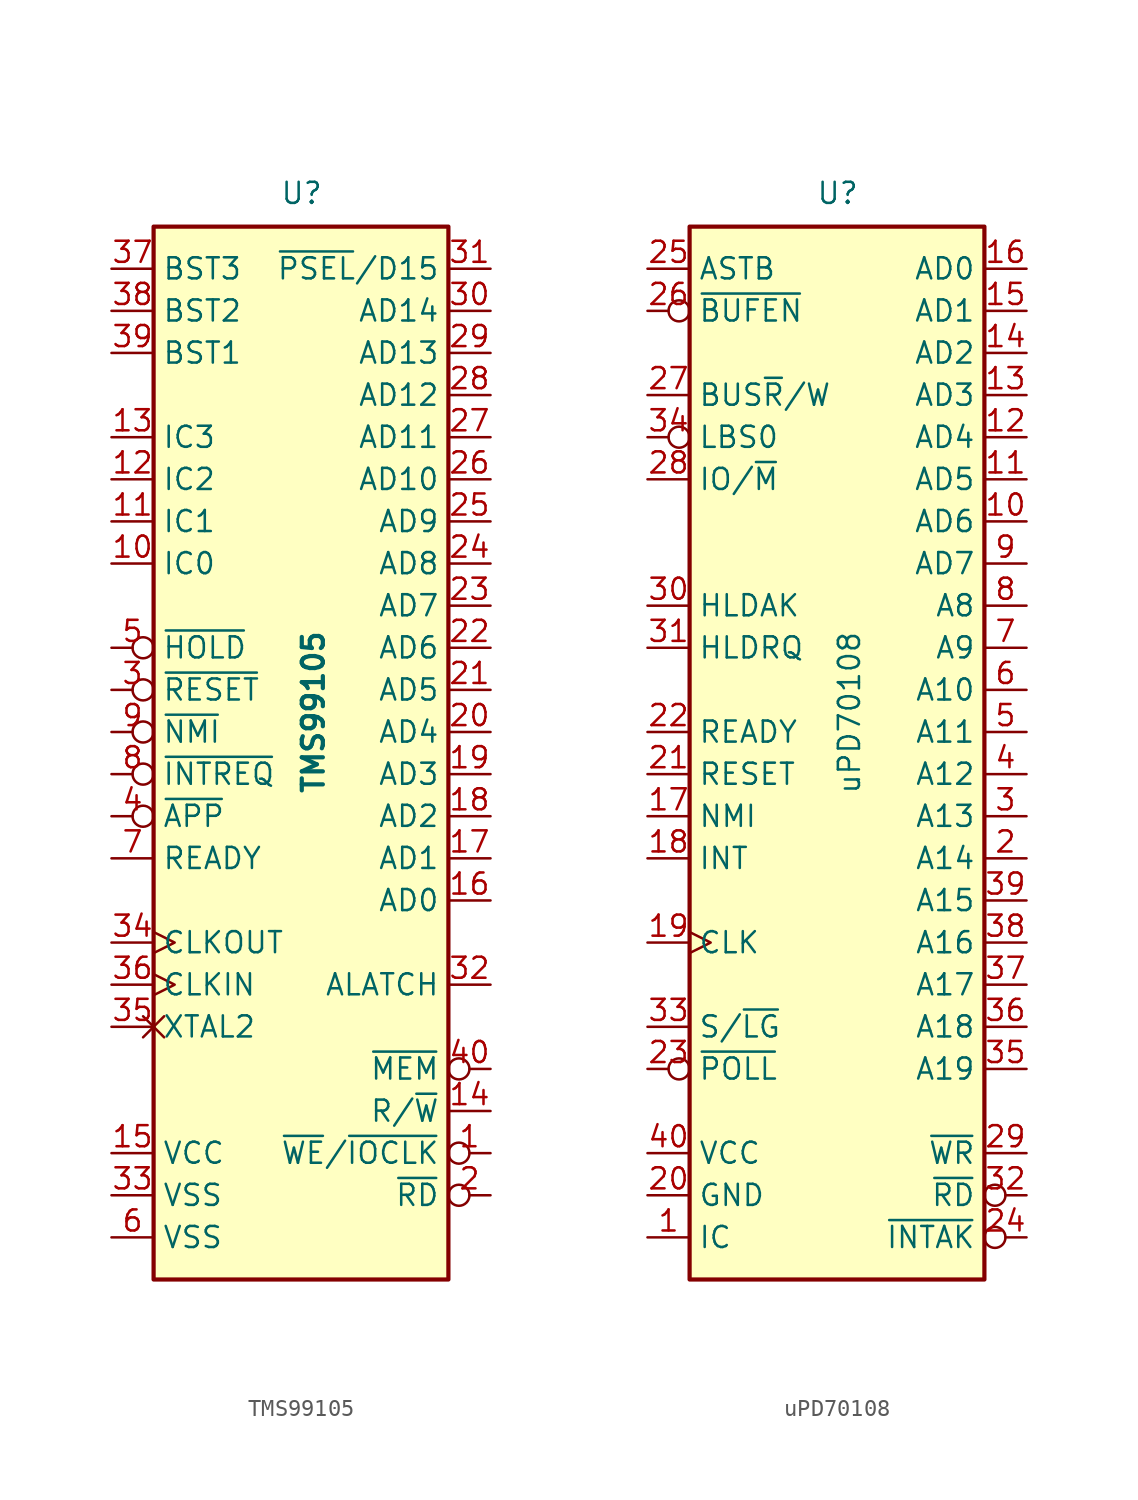
<source format=kicad_sym>
(kicad_symbol_lib
  (version 20231120)
  (generator "kicad_symbol_editor")
  (generator_version "8.0")
  (symbol "TMS99105"
    (property "Reference" "U"
      (at -1.27 31.75 0)
      (effects (font (size 1.27 1.27)) (justify left bottom)))
    (property "Value" "TMS99105"
      (at 0 -3.81 90)
      (effects (font (size 1.27 1.27) (bold yes)) (justify left top)))
    (symbol "TMS99105_0_1"
      (rectangle (start -8.89 -33.02) (end 8.89 30.48) (stroke (width 0.254) (type default)) (fill (type background))))
    (symbol "TMS99105_1_1"
      (pin output inverted (at 11.43 -25.4 180) (length 2.54) (name "~{WE}/~{IOCLK}" (effects (font (size 1.27 1.27)))) (number "1" (effects (font (size 1.27 1.27)))))
      (pin input line (at -11.43 10.16 0) (length 2.54) (name "IC0" (effects (font (size 1.27 1.27)))) (number "10" (effects (font (size 1.27 1.27)))))
      (pin input line (at -11.43 12.7 0) (length 2.54) (name "IC1" (effects (font (size 1.27 1.27)))) (number "11" (effects (font (size 1.27 1.27)))))
      (pin input line (at -11.43 15.24 0) (length 2.54) (name "IC2" (effects (font (size 1.27 1.27)))) (number "12" (effects (font (size 1.27 1.27)))))
      (pin input line (at -11.43 17.78 0) (length 2.54) (name "IC3" (effects (font (size 1.27 1.27)))) (number "13" (effects (font (size 1.27 1.27)))))
      (pin output line (at 11.43 -22.86 180) (length 2.54) (name "R/~{W}" (effects (font (size 1.27 1.27)))) (number "14" (effects (font (size 1.27 1.27)))))
      (pin power_in line (at -11.43 -25.4 0) (length 2.54) (name "VCC" (effects (font (size 1.27 1.27)))) (number "15" (effects (font (size 1.27 1.27)))))
      (pin bidirectional line (at 11.43 -10.16 180) (length 2.54) (name "AD0" (effects (font (size 1.27 1.27)))) (number "16" (effects (font (size 1.27 1.27)))))
      (pin bidirectional line (at 11.43 -7.62 180) (length 2.54) (name "AD1" (effects (font (size 1.27 1.27)))) (number "17" (effects (font (size 1.27 1.27)))))
      (pin bidirectional line (at 11.43 -5.08 180) (length 2.54) (name "AD2" (effects (font (size 1.27 1.27)))) (number "18" (effects (font (size 1.27 1.27)))))
      (pin bidirectional line (at 11.43 -2.54 180) (length 2.54) (name "AD3" (effects (font (size 1.27 1.27)))) (number "19" (effects (font (size 1.27 1.27)))))
      (pin output inverted (at 11.43 -27.94 180) (length 2.54) (name "~{RD}" (effects (font (size 1.27 1.27)))) (number "2" (effects (font (size 1.27 1.27)))))
      (pin bidirectional line (at 11.43 0 180) (length 2.54) (name "AD4" (effects (font (size 1.27 1.27)))) (number "20" (effects (font (size 1.27 1.27)))))
      (pin bidirectional line (at 11.43 2.54 180) (length 2.54) (name "AD5" (effects (font (size 1.27 1.27)))) (number "21" (effects (font (size 1.27 1.27)))))
      (pin bidirectional line (at 11.43 5.08 180) (length 2.54) (name "AD6" (effects (font (size 1.27 1.27)))) (number "22" (effects (font (size 1.27 1.27)))))
      (pin bidirectional line (at 11.43 7.62 180) (length 2.54) (name "AD7" (effects (font (size 1.27 1.27)))) (number "23" (effects (font (size 1.27 1.27)))))
      (pin bidirectional line (at 11.43 10.16 180) (length 2.54) (name "AD8" (effects (font (size 1.27 1.27)))) (number "24" (effects (font (size 1.27 1.27)))))
      (pin bidirectional line (at 11.43 12.7 180) (length 2.54) (name "AD9" (effects (font (size 1.27 1.27)))) (number "25" (effects (font (size 1.27 1.27)))))
      (pin bidirectional line (at 11.43 15.24 180) (length 2.54) (name "AD10" (effects (font (size 1.27 1.27)))) (number "26" (effects (font (size 1.27 1.27)))))
      (pin bidirectional line (at 11.43 17.78 180) (length 2.54) (name "AD11" (effects (font (size 1.27 1.27)))) (number "27" (effects (font (size 1.27 1.27)))))
      (pin bidirectional line (at 11.43 20.32 180) (length 2.54) (name "AD12" (effects (font (size 1.27 1.27)))) (number "28" (effects (font (size 1.27 1.27)))))
      (pin bidirectional line (at 11.43 22.86 180) (length 2.54) (name "AD13" (effects (font (size 1.27 1.27)))) (number "29" (effects (font (size 1.27 1.27)))))
      (pin input inverted (at -11.43 2.54 0) (length 2.54) (name "~{RESET}" (effects (font (size 1.27 1.27)))) (number "3" (effects (font (size 1.27 1.27)))))
      (pin bidirectional line (at 11.43 25.4 180) (length 2.54) (name "AD14" (effects (font (size 1.27 1.27)))) (number "30" (effects (font (size 1.27 1.27)))))
      (pin bidirectional line (at 11.43 27.94 180) (length 2.54) (name "~{PSEL}/D15" (effects (font (size 1.27 1.27)))) (number "31" (effects (font (size 1.27 1.27)))))
      (pin output line (at 11.43 -15.24 180) (length 2.54) (name "ALATCH" (effects (font (size 1.27 1.27)))) (number "32" (effects (font (size 1.27 1.27)))))
      (pin power_in line (at -11.43 -27.94 0) (length 2.54) (name "VSS" (effects (font (size 1.27 1.27)))) (number "33" (effects (font (size 1.27 1.27)))))
      (pin output clock (at -11.43 -12.7 0) (length 2.54) (name "CLKOUT" (effects (font (size 1.27 1.27)))) (number "34" (effects (font (size 1.27 1.27)))))
      (pin passive non_logic (at -11.43 -17.78 0) (length 2.54) (name "XTAL2" (effects (font (size 1.27 1.27)))) (number "35" (effects (font (size 1.27 1.27)))))
      (pin input clock (at -11.43 -15.24 0) (length 2.54) (name "CLKIN" (effects (font (size 1.27 1.27)))) (number "36" (effects (font (size 1.27 1.27)))))
      (pin output line (at -11.43 27.94 0) (length 2.54) (name "BST3" (effects (font (size 1.27 1.27)))) (number "37" (effects (font (size 1.27 1.27)))))
      (pin output line (at -11.43 25.4 0) (length 2.54) (name "BST2" (effects (font (size 1.27 1.27)))) (number "38" (effects (font (size 1.27 1.27)))))
      (pin output line (at -11.43 22.86 0) (length 2.54) (name "BST1" (effects (font (size 1.27 1.27)))) (number "39" (effects (font (size 1.27 1.27)))))
      (pin input inverted (at -11.43 -5.08 0) (length 2.54) (name "~{APP}" (effects (font (size 1.27 1.27)))) (number "4" (effects (font (size 1.27 1.27)))))
      (pin output inverted (at 11.43 -20.32 180) (length 2.54) (name "~{MEM}" (effects (font (size 1.27 1.27)))) (number "40" (effects (font (size 1.27 1.27)))))
      (pin input inverted (at -11.43 5.08 0) (length 2.54) (name "~{HOLD}" (effects (font (size 1.27 1.27)))) (number "5" (effects (font (size 1.27 1.27)))))
      (pin power_in line (at -11.43 -30.48 0) (length 2.54) (name "VSS" (effects (font (size 1.27 1.27)))) (number "6" (effects (font (size 1.27 1.27)))))
      (pin input line (at -11.43 -7.62 0) (length 2.54) (name "READY" (effects (font (size 1.27 1.27)))) (number "7" (effects (font (size 1.27 1.27)))))
      (pin input inverted (at -11.43 -2.54 0) (length 2.54) (name "~{INTREQ}" (effects (font (size 1.27 1.27)))) (number "8" (effects (font (size 1.27 1.27)))))
      (pin input inverted (at -11.43 0 0) (length 2.54) (name "~{NMI}" (effects (font (size 1.27 1.27)))) (number "9" (effects (font (size 1.27 1.27)))))))
  (symbol "uPD70108"
    (property "Reference" "U"
      (at -1.27 31.75 0)
      (effects (font (size 1.27 1.27)) (justify left bottom)))
    (property "Value" "uPD70108"
      (at 0 -3.81 90)
      (effects (font (size 1.27 1.27)) (justify left top)))
    (symbol "uPD70108_0_1"
      (rectangle (start -8.89 -33.02) (end 8.89 30.48) (stroke (width 0.254) (type default)) (fill (type background))))
    (symbol "uPD70108_1_1"
      (pin input line (at -11.43 -30.48 0) (length 2.54) (name "IC" (effects (font (size 1.27 1.27)))) (number "1" (effects (font (size 1.27 1.27)))))
      (pin bidirectional line (at 11.43 12.7 180) (length 2.54) (name "AD6" (effects (font (size 1.27 1.27)))) (number "10" (effects (font (size 1.27 1.27)))))
      (pin bidirectional line (at 11.43 15.24 180) (length 2.54) (name "AD5" (effects (font (size 1.27 1.27)))) (number "11" (effects (font (size 1.27 1.27)))))
      (pin bidirectional line (at 11.43 17.78 180) (length 2.54) (name "AD4" (effects (font (size 1.27 1.27)))) (number "12" (effects (font (size 1.27 1.27)))))
      (pin bidirectional line (at 11.43 20.32 180) (length 2.54) (name "AD3" (effects (font (size 1.27 1.27)))) (number "13" (effects (font (size 1.27 1.27)))))
      (pin bidirectional line (at 11.43 22.86 180) (length 2.54) (name "AD2" (effects (font (size 1.27 1.27)))) (number "14" (effects (font (size 1.27 1.27)))))
      (pin bidirectional line (at 11.43 25.4 180) (length 2.54) (name "AD1" (effects (font (size 1.27 1.27)))) (number "15" (effects (font (size 1.27 1.27)))))
      (pin bidirectional line (at 11.43 27.94 180) (length 2.54) (name "AD0" (effects (font (size 1.27 1.27)))) (number "16" (effects (font (size 1.27 1.27)))))
      (pin input line (at -11.43 -5.08 0) (length 2.54) (name "NMI" (effects (font (size 1.27 1.27)))) (number "17" (effects (font (size 1.27 1.27)))))
      (pin input line (at -11.43 -7.62 0) (length 2.54) (name "INT" (effects (font (size 1.27 1.27)))) (number "18" (effects (font (size 1.27 1.27)))))
      (pin input clock (at -11.43 -12.7 0) (length 2.54) (name "CLK" (effects (font (size 1.27 1.27)))) (number "19" (effects (font (size 1.27 1.27)))))
      (pin output line (at 11.43 -7.62 180) (length 2.54) (name "A14" (effects (font (size 1.27 1.27)))) (number "2" (effects (font (size 1.27 1.27)))))
      (pin power_in line (at -11.43 -27.94 0) (length 2.54) (name "GND" (effects (font (size 1.27 1.27)))) (number "20" (effects (font (size 1.27 1.27)))))
      (pin input line (at -11.43 -2.54 0) (length 2.54) (name "RESET" (effects (font (size 1.27 1.27)))) (number "21" (effects (font (size 1.27 1.27)))))
      (pin input line (at -11.43 0 0) (length 2.54) (name "READY" (effects (font (size 1.27 1.27)))) (number "22" (effects (font (size 1.27 1.27)))))
      (pin input inverted (at -11.43 -20.32 0) (length 2.54) (name "~{POLL}" (effects (font (size 1.27 1.27)))) (number "23" (effects (font (size 1.27 1.27)))))
      (pin output inverted (at 11.43 -30.48 180) (length 2.54) (name "~{INTAK}" (effects (font (size 1.27 1.27)))) (number "24" (effects (font (size 1.27 1.27)))))
      (pin output line (at -11.43 27.94 0) (length 2.54) (name "ASTB" (effects (font (size 1.27 1.27)))) (number "25" (effects (font (size 1.27 1.27)))))
      (pin output inverted (at -11.43 25.4 0) (length 2.54) (name "~{BUFEN}" (effects (font (size 1.27 1.27)))) (number "26" (effects (font (size 1.27 1.27)))))
      (pin output line (at -11.43 20.32 0) (length 2.54) (name "BUS~{R}/W" (effects (font (size 1.27 1.27)))) (number "27" (effects (font (size 1.27 1.27)))))
      (pin output line (at -11.43 15.24 0) (length 2.54) (name "IO/~{M}" (effects (font (size 1.27 1.27)))) (number "28" (effects (font (size 1.27 1.27)))))
      (pin output line (at 11.43 -25.4 180) (length 2.54) (name "~{WR}" (effects (font (size 1.27 1.27)))) (number "29" (effects (font (size 1.27 1.27)))))
      (pin output line (at 11.43 -5.08 180) (length 2.54) (name "A13" (effects (font (size 1.27 1.27)))) (number "3" (effects (font (size 1.27 1.27)))))
      (pin output line (at -11.43 7.62 0) (length 2.54) (name "HLDAK" (effects (font (size 1.27 1.27)))) (number "30" (effects (font (size 1.27 1.27)))))
      (pin input line (at -11.43 5.08 0) (length 2.54) (name "HLDRQ" (effects (font (size 1.27 1.27)))) (number "31" (effects (font (size 1.27 1.27)))))
      (pin output inverted (at 11.43 -27.94 180) (length 2.54) (name "~{RD}" (effects (font (size 1.27 1.27)))) (number "32" (effects (font (size 1.27 1.27)))))
      (pin input line (at -11.43 -17.78 0) (length 2.54) (name "S/~{LG}" (effects (font (size 1.27 1.27)))) (number "33" (effects (font (size 1.27 1.27)))))
      (pin output inverted (at -11.43 17.78 0) (length 2.54) (name "LBS0" (effects (font (size 1.27 1.27)))) (number "34" (effects (font (size 1.27 1.27)))))
      (pin output line (at 11.43 -20.32 180) (length 2.54) (name "A19" (effects (font (size 1.27 1.27)))) (number "35" (effects (font (size 1.27 1.27)))))
      (pin output line (at 11.43 -17.78 180) (length 2.54) (name "A18" (effects (font (size 1.27 1.27)))) (number "36" (effects (font (size 1.27 1.27)))))
      (pin output line (at 11.43 -15.24 180) (length 2.54) (name "A17" (effects (font (size 1.27 1.27)))) (number "37" (effects (font (size 1.27 1.27)))))
      (pin output line (at 11.43 -12.7 180) (length 2.54) (name "A16" (effects (font (size 1.27 1.27)))) (number "38" (effects (font (size 1.27 1.27)))))
      (pin output line (at 11.43 -10.16 180) (length 2.54) (name "A15" (effects (font (size 1.27 1.27)))) (number "39" (effects (font (size 1.27 1.27)))))
      (pin output line (at 11.43 -2.54 180) (length 2.54) (name "A12" (effects (font (size 1.27 1.27)))) (number "4" (effects (font (size 1.27 1.27)))))
      (pin power_in line (at -11.43 -25.4 0) (length 2.54) (name "VCC" (effects (font (size 1.27 1.27)))) (number "40" (effects (font (size 1.27 1.27)))))
      (pin output line (at 11.43 0 180) (length 2.54) (name "A11" (effects (font (size 1.27 1.27)))) (number "5" (effects (font (size 1.27 1.27)))))
      (pin output line (at 11.43 2.54 180) (length 2.54) (name "A10" (effects (font (size 1.27 1.27)))) (number "6" (effects (font (size 1.27 1.27)))))
      (pin output line (at 11.43 5.08 180) (length 2.54) (name "A9" (effects (font (size 1.27 1.27)))) (number "7" (effects (font (size 1.27 1.27)))))
      (pin output line (at 11.43 7.62 180) (length 2.54) (name "A8" (effects (font (size 1.27 1.27)))) (number "8" (effects (font (size 1.27 1.27)))))
      (pin bidirectional line (at 11.43 10.16 180) (length 2.54) (name "AD7" (effects (font (size 1.27 1.27)))) (number "9" (effects (font (size 1.27 1.27))))))))
</source>
